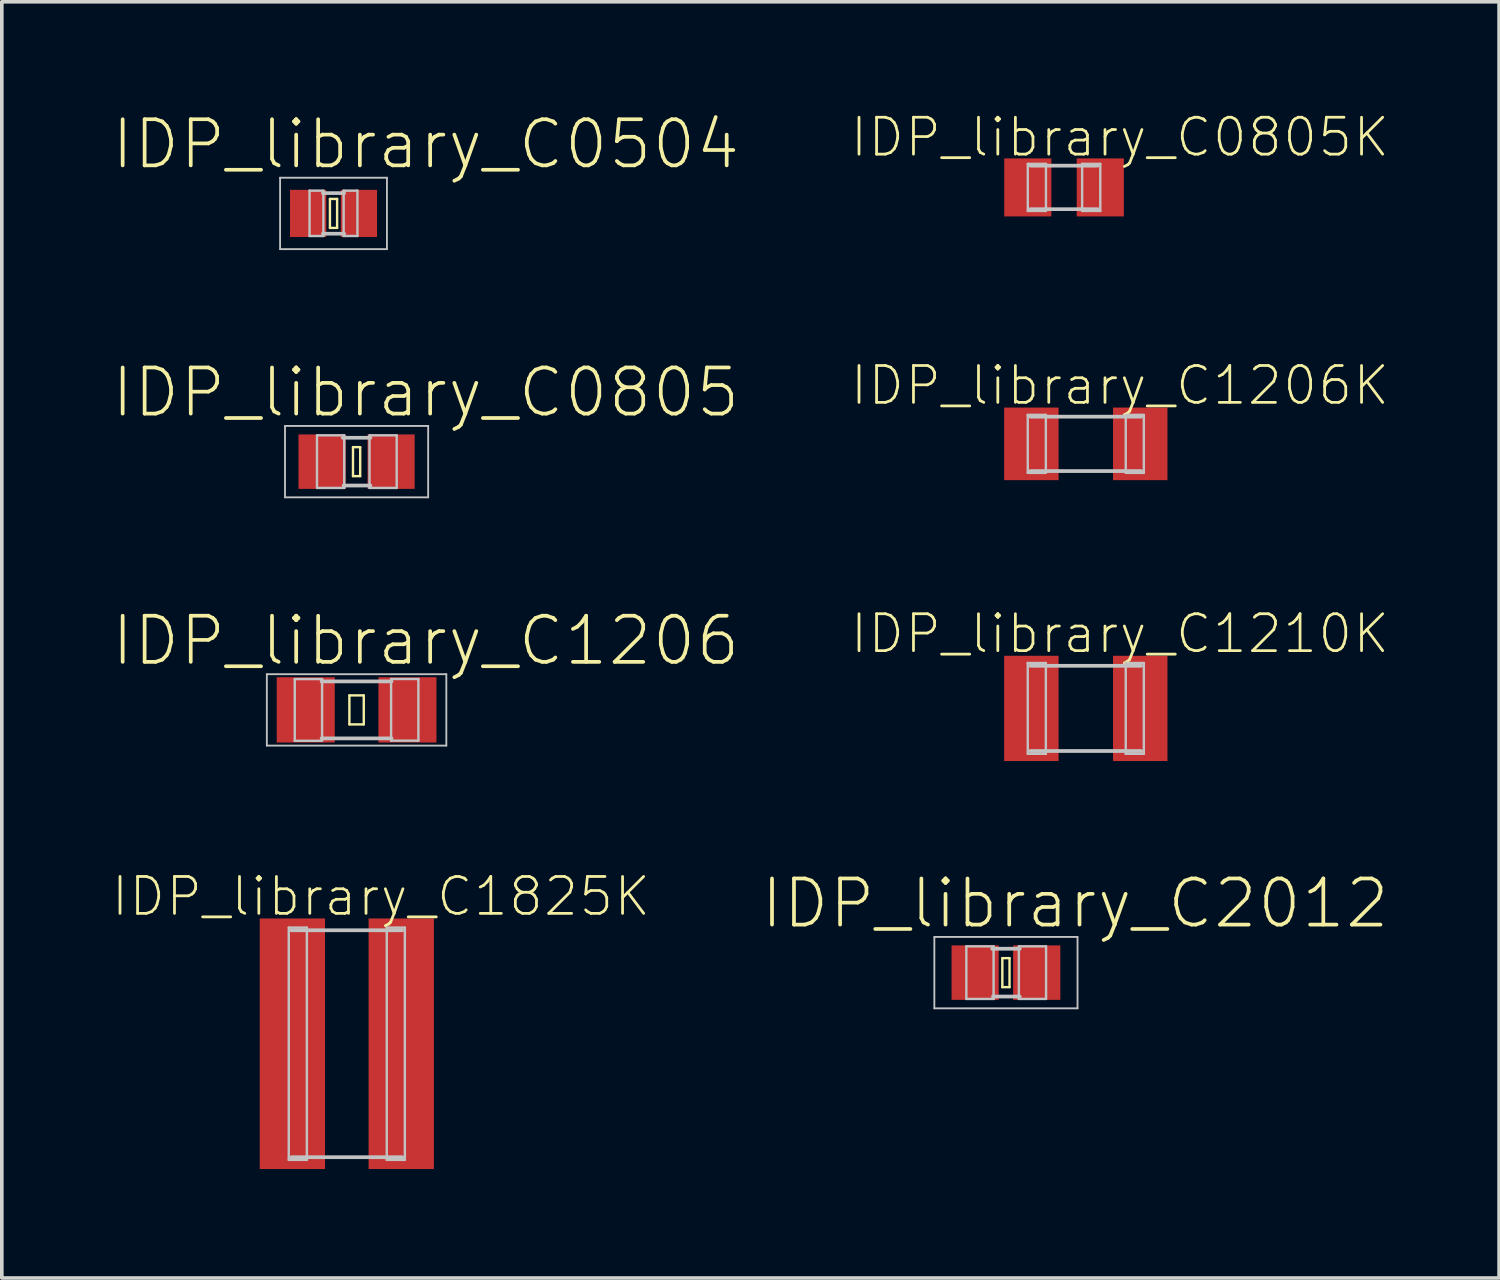
<source format=kicad_pcb>
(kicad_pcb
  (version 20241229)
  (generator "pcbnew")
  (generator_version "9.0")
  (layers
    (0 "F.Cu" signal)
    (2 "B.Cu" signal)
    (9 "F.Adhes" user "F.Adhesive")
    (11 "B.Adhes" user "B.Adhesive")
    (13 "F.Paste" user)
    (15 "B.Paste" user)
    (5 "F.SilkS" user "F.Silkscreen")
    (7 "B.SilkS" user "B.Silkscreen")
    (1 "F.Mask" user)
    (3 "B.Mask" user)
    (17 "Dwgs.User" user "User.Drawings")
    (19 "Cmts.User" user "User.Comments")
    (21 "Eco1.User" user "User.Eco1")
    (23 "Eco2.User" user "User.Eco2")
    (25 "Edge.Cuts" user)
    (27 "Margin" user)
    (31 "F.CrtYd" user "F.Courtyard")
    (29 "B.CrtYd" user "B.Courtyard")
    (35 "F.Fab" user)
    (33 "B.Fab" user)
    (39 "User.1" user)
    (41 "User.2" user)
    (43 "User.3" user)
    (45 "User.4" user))
  (footprint "IDP_library_C0805K"
    (layer "F.Cu")
    (at 26.247 2.11)
    (property "Reference" "IDP_library_C0805K" (at 1.539 -1.382 0) (layer "F.SilkS") (effects (font (size 1.016 1.016) (thickness 0.076))))
    (attr smd)
    (fp_line (start -0.998 -0.648) (end -0.498 -0.648) (stroke (width 0.066) (type solid)) (layer "Dwgs.User"))
    (fp_line (start -0.998 0.648) (end -0.998 -0.648) (stroke (width 0.066) (type solid)) (layer "Dwgs.User"))
    (fp_line (start -0.998 0.648) (end -0.498 0.648) (stroke (width 0.066) (type solid)) (layer "Dwgs.User"))
    (fp_line (start -0.925 -0.599) (end 0.925 -0.599) (stroke (width 0.102) (type solid)) (layer "Dwgs.User"))
    (fp_line (start -0.498 0.648) (end -0.498 -0.648) (stroke (width 0.066) (type solid)) (layer "Dwgs.User"))
    (fp_line (start 0.498 -0.648) (end 0.998 -0.648) (stroke (width 0.066) (type solid)) (layer "Dwgs.User"))
    (fp_line (start 0.498 0.648) (end 0.498 -0.648) (stroke (width 0.066) (type solid)) (layer "Dwgs.User"))
    (fp_line (start 0.498 0.648) (end 0.998 0.648) (stroke (width 0.066) (type solid)) (layer "Dwgs.User"))
    (fp_line (start 0.925 0.599) (end -0.925 0.599) (stroke (width 0.102) (type solid)) (layer "Dwgs.User"))
    (fp_line (start 0.998 0.648) (end 0.998 -0.648) (stroke (width 0.066) (type solid)) (layer "Dwgs.User"))
    (pad "1" smd rect (at -0.998 0) (size 1.298 1.598) (layers "F.Cu" "F.Mask" "F.Paste"))
    (pad "2" smd rect (at 0.998 0) (size 1.298 1.598) (layers "F.Cu" "F.Mask" "F.Paste")))
  (footprint "IDP_library_C1825K"
    (layer "F.Cu")
    (at 6.499 25.688)
    (property "Reference" "IDP_library_C1825K" (at 0.94 -4.056 0) (layer "F.SilkS") (effects (font (size 1.016 1.016) (thickness 0.076))))
    (attr smd)
    (fp_line (start -1.598 -3.198) (end -1.1 -3.198) (stroke (width 0.066) (type solid)) (layer "Dwgs.User"))
    (fp_line (start -1.598 3.198) (end -1.598 -3.198) (stroke (width 0.066) (type solid)) (layer "Dwgs.User"))
    (fp_line (start -1.598 3.198) (end -1.1 3.198) (stroke (width 0.066) (type solid)) (layer "Dwgs.User"))
    (fp_line (start -1.524 -3.124) (end 1.524 -3.124) (stroke (width 0.102) (type solid)) (layer "Dwgs.User"))
    (fp_line (start -1.1 3.198) (end -1.1 -3.198) (stroke (width 0.066) (type solid)) (layer "Dwgs.User"))
    (fp_line (start 1.1 -3.198) (end 1.598 -3.198) (stroke (width 0.066) (type solid)) (layer "Dwgs.User"))
    (fp_line (start 1.1 3.198) (end 1.1 -3.198) (stroke (width 0.066) (type solid)) (layer "Dwgs.User"))
    (fp_line (start 1.1 3.198) (end 1.598 3.198) (stroke (width 0.066) (type solid)) (layer "Dwgs.User"))
    (fp_line (start 1.524 3.124) (end -1.524 3.124) (stroke (width 0.102) (type solid)) (layer "Dwgs.User"))
    (fp_line (start 1.598 3.198) (end 1.598 -3.198) (stroke (width 0.066) (type solid)) (layer "Dwgs.User"))
    (pad "1" smd rect (at -1.499 0) (size 1.798 6.899) (layers "F.Cu" "F.Mask" "F.Paste"))
    (pad "2" smd rect (at 1.499 0) (size 1.798 6.899) (layers "F.Cu" "F.Mask" "F.Paste")))
  (footprint "IDP_library_C1206K"
    (layer "F.Cu")
    (at 26.846 9.171)
    (property "Reference" "IDP_library_C1206K" (at 0.94 -1.608 0) (layer "F.SilkS") (effects (font (size 1.016 1.016) (thickness 0.076))))
    (attr smd)
    (fp_line (start -1.598 -0.798) (end -1.1 -0.798) (stroke (width 0.066) (type solid)) (layer "Dwgs.User"))
    (fp_line (start -1.598 0.798) (end -1.598 -0.798) (stroke (width 0.066) (type solid)) (layer "Dwgs.User"))
    (fp_line (start -1.598 0.798) (end -1.1 0.798) (stroke (width 0.066) (type solid)) (layer "Dwgs.User"))
    (fp_line (start -1.524 -0.749) (end 1.524 -0.749) (stroke (width 0.102) (type solid)) (layer "Dwgs.User"))
    (fp_line (start -1.1 0.798) (end -1.1 -0.798) (stroke (width 0.066) (type solid)) (layer "Dwgs.User"))
    (fp_line (start 1.1 -0.798) (end 1.598 -0.798) (stroke (width 0.066) (type solid)) (layer "Dwgs.User"))
    (fp_line (start 1.1 0.798) (end 1.1 -0.798) (stroke (width 0.066) (type solid)) (layer "Dwgs.User"))
    (fp_line (start 1.1 0.798) (end 1.598 0.798) (stroke (width 0.066) (type solid)) (layer "Dwgs.User"))
    (fp_line (start 1.524 0.749) (end -1.524 0.749) (stroke (width 0.102) (type solid)) (layer "Dwgs.User"))
    (fp_line (start 1.598 0.798) (end 1.598 -0.798) (stroke (width 0.066) (type solid)) (layer "Dwgs.User"))
    (pad "1" smd rect (at -1.499 0) (size 1.499 1.999) (layers "F.Cu" "F.Mask" "F.Paste"))
    (pad "2" smd rect (at 1.499 0) (size 1.499 1.999) (layers "F.Cu" "F.Mask" "F.Paste")))
  (footprint "IDP_library_C1210K"
    (layer "F.Cu")
    (at 26.846 16.455)
    (property "Reference" "IDP_library_C1210K" (at 0.94 -2.057 0) (layer "F.SilkS") (effects (font (size 1.016 1.016) (thickness 0.076))))
    (attr smd)
    (fp_line (start -1.598 -1.25) (end -1.1 -1.25) (stroke (width 0.066) (type solid)) (layer "Dwgs.User"))
    (fp_line (start -1.598 1.25) (end -1.598 -1.25) (stroke (width 0.066) (type solid)) (layer "Dwgs.User"))
    (fp_line (start -1.598 1.25) (end -1.1 1.25) (stroke (width 0.066) (type solid)) (layer "Dwgs.User"))
    (fp_line (start -1.524 -1.173) (end 1.524 -1.173) (stroke (width 0.102) (type solid)) (layer "Dwgs.User"))
    (fp_line (start -1.1 1.25) (end -1.1 -1.25) (stroke (width 0.066) (type solid)) (layer "Dwgs.User"))
    (fp_line (start 1.1 -1.25) (end 1.598 -1.25) (stroke (width 0.066) (type solid)) (layer "Dwgs.User"))
    (fp_line (start 1.1 1.25) (end 1.1 -1.25) (stroke (width 0.066) (type solid)) (layer "Dwgs.User"))
    (fp_line (start 1.1 1.25) (end 1.598 1.25) (stroke (width 0.066) (type solid)) (layer "Dwgs.User"))
    (fp_line (start 1.524 1.173) (end -1.524 1.173) (stroke (width 0.102) (type solid)) (layer "Dwgs.User"))
    (fp_line (start 1.598 1.25) (end 1.598 -1.25) (stroke (width 0.066) (type solid)) (layer "Dwgs.User"))
    (pad "1" smd rect (at -1.499 0) (size 1.499 2.898) (layers "F.Cu" "F.Mask" "F.Paste"))
    (pad "2" smd rect (at 1.499 0) (size 1.499 2.898) (layers "F.Cu" "F.Mask" "F.Paste")))
  (footprint "IDP_library_C0504"
    (layer "F.Cu")
    (at 6.133 2.826)
    (property "Reference" "IDP_library_C0504" (at 2.54 -1.905 0) (layer "F.SilkS") (effects (font (size 1.27 1.27) (thickness 0.102))))
    (attr smd)
    (fp_line (start -0.099 -0.399) (end 0.099 -0.399) (stroke (width 0.066) (type solid)) (layer "F.SilkS"))
    (fp_line (start -0.099 0.399) (end -0.099 -0.399) (stroke (width 0.066) (type solid)) (layer "F.SilkS"))
    (fp_line (start -0.099 0.399) (end 0.099 0.399) (stroke (width 0.066) (type solid)) (layer "F.SilkS"))
    (fp_line (start 0.099 0.399) (end 0.099 -0.399) (stroke (width 0.066) (type solid)) (layer "F.SilkS"))
    (fp_line (start -1.471 -0.983) (end 1.471 -0.983) (stroke (width 0.051) (type solid)) (layer "Dwgs.User"))
    (fp_line (start -1.471 0.983) (end -1.471 -0.983) (stroke (width 0.051) (type solid)) (layer "Dwgs.User"))
    (fp_line (start -0.66 -0.627) (end -0.279 -0.627) (stroke (width 0.066) (type solid)) (layer "Dwgs.User"))
    (fp_line (start -0.66 0.622) (end -0.66 -0.627) (stroke (width 0.066) (type solid)) (layer "Dwgs.User"))
    (fp_line (start -0.66 0.622) (end -0.279 0.622) (stroke (width 0.066) (type solid)) (layer "Dwgs.User"))
    (fp_line (start -0.292 -0.559) (end 0.292 -0.559) (stroke (width 0.102) (type solid)) (layer "Dwgs.User"))
    (fp_line (start -0.292 0.559) (end 0.292 0.559) (stroke (width 0.102) (type solid)) (layer "Dwgs.User"))
    (fp_line (start -0.279 0.622) (end -0.279 -0.627) (stroke (width 0.066) (type solid)) (layer "Dwgs.User"))
    (fp_line (start 0.279 -0.627) (end 0.658 -0.627) (stroke (width 0.066) (type solid)) (layer "Dwgs.User"))
    (fp_line (start 0.279 0.622) (end 0.279 -0.627) (stroke (width 0.066) (type solid)) (layer "Dwgs.User"))
    (fp_line (start 0.279 0.622) (end 0.658 0.622) (stroke (width 0.066) (type solid)) (layer "Dwgs.User"))
    (fp_line (start 0.658 0.622) (end 0.658 -0.627) (stroke (width 0.066) (type solid)) (layer "Dwgs.User"))
    (fp_line (start 1.471 -0.983) (end 1.471 0.983) (stroke (width 0.051) (type solid)) (layer "Dwgs.User"))
    (fp_line (start 1.471 0.983) (end -1.471 0.983) (stroke (width 0.051) (type solid)) (layer "Dwgs.User"))
    (pad "1" smd rect (at -0.699 0) (size 0.998 1.298) (layers "F.Cu" "F.Mask" "F.Paste"))
    (pad "2" smd rect (at 0.699 0) (size 0.998 1.298) (layers "F.Cu" "F.Mask" "F.Paste")))
  (footprint "IDP_library_C0805"
    (layer "F.Cu")
    (at 6.768 9.661)
    (property "Reference" "IDP_library_C0805" (at 1.905 -1.905 0) (layer "F.SilkS") (effects (font (size 1.27 1.27) (thickness 0.102))))
    (attr smd)
    (fp_line (start -0.099 -0.399) (end 0.099 -0.399) (stroke (width 0.066) (type solid)) (layer "F.SilkS"))
    (fp_line (start -0.099 0.399) (end -0.099 -0.399) (stroke (width 0.066) (type solid)) (layer "F.SilkS"))
    (fp_line (start -0.099 0.399) (end 0.099 0.399) (stroke (width 0.066) (type solid)) (layer "F.SilkS"))
    (fp_line (start 0.099 0.399) (end 0.099 -0.399) (stroke (width 0.066) (type solid)) (layer "F.SilkS"))
    (fp_line (start -1.971 -0.983) (end 1.971 -0.983) (stroke (width 0.051) (type solid)) (layer "Dwgs.User"))
    (fp_line (start -1.971 0.983) (end -1.971 -0.983) (stroke (width 0.051) (type solid)) (layer "Dwgs.User"))
    (fp_line (start -1.09 -0.724) (end -0.34 -0.724) (stroke (width 0.066) (type solid)) (layer "Dwgs.User"))
    (fp_line (start -1.09 0.724) (end -1.09 -0.724) (stroke (width 0.066) (type solid)) (layer "Dwgs.User"))
    (fp_line (start -1.09 0.724) (end -0.34 0.724) (stroke (width 0.066) (type solid)) (layer "Dwgs.User"))
    (fp_line (start -0.381 -0.658) (end 0.381 -0.658) (stroke (width 0.102) (type solid)) (layer "Dwgs.User"))
    (fp_line (start -0.356 0.658) (end 0.381 0.658) (stroke (width 0.102) (type solid)) (layer "Dwgs.User"))
    (fp_line (start -0.34 0.724) (end -0.34 -0.724) (stroke (width 0.066) (type solid)) (layer "Dwgs.User"))
    (fp_line (start 0.356 -0.724) (end 1.105 -0.724) (stroke (width 0.066) (type solid)) (layer "Dwgs.User"))
    (fp_line (start 0.356 0.724) (end 0.356 -0.724) (stroke (width 0.066) (type solid)) (layer "Dwgs.User"))
    (fp_line (start 0.356 0.724) (end 1.105 0.724) (stroke (width 0.066) (type solid)) (layer "Dwgs.User"))
    (fp_line (start 1.105 0.724) (end 1.105 -0.724) (stroke (width 0.066) (type solid)) (layer "Dwgs.User"))
    (fp_line (start 1.971 -0.983) (end 1.971 0.983) (stroke (width 0.051) (type solid)) (layer "Dwgs.User"))
    (fp_line (start 1.971 0.983) (end -1.971 0.983) (stroke (width 0.051) (type solid)) (layer "Dwgs.User"))
    (pad "1" smd rect (at -0.95 0) (size 1.298 1.499) (layers "F.Cu" "F.Mask" "F.Paste"))
    (pad "2" smd rect (at 0.95 0) (size 1.298 1.499) (layers "F.Cu" "F.Mask" "F.Paste")))
  (footprint "IDP_library_C2012"
    (layer "F.Cu")
    (at 24.647 23.73)
    (property "Reference" "IDP_library_C2012" (at 1.905 -1.905 0) (layer "F.SilkS") (effects (font (size 1.27 1.27) (thickness 0.102))))
    (attr smd)
    (fp_line (start -0.099 -0.399) (end 0.099 -0.399) (stroke (width 0.066) (type solid)) (layer "F.SilkS"))
    (fp_line (start -0.099 0.399) (end -0.099 -0.399) (stroke (width 0.066) (type solid)) (layer "F.SilkS"))
    (fp_line (start -0.099 0.399) (end 0.099 0.399) (stroke (width 0.066) (type solid)) (layer "F.SilkS"))
    (fp_line (start 0.099 0.399) (end 0.099 -0.399) (stroke (width 0.066) (type solid)) (layer "F.SilkS"))
    (fp_line (start -1.971 -0.983) (end 1.971 -0.983) (stroke (width 0.051) (type solid)) (layer "Dwgs.User"))
    (fp_line (start -1.971 0.983) (end -1.971 -0.983) (stroke (width 0.051) (type solid)) (layer "Dwgs.User"))
    (fp_line (start -1.09 -0.724) (end -0.34 -0.724) (stroke (width 0.066) (type solid)) (layer "Dwgs.User"))
    (fp_line (start -1.09 0.724) (end -1.09 -0.724) (stroke (width 0.066) (type solid)) (layer "Dwgs.User"))
    (fp_line (start -1.09 0.724) (end -0.34 0.724) (stroke (width 0.066) (type solid)) (layer "Dwgs.User"))
    (fp_line (start -0.381 -0.658) (end 0.381 -0.658) (stroke (width 0.102) (type solid)) (layer "Dwgs.User"))
    (fp_line (start -0.356 0.658) (end 0.381 0.658) (stroke (width 0.102) (type solid)) (layer "Dwgs.User"))
    (fp_line (start -0.34 0.724) (end -0.34 -0.724) (stroke (width 0.066) (type solid)) (layer "Dwgs.User"))
    (fp_line (start 0.356 -0.724) (end 1.105 -0.724) (stroke (width 0.066) (type solid)) (layer "Dwgs.User"))
    (fp_line (start 0.356 0.724) (end 0.356 -0.724) (stroke (width 0.066) (type solid)) (layer "Dwgs.User"))
    (fp_line (start 0.356 0.724) (end 1.105 0.724) (stroke (width 0.066) (type solid)) (layer "Dwgs.User"))
    (fp_line (start 1.105 0.724) (end 1.105 -0.724) (stroke (width 0.066) (type solid)) (layer "Dwgs.User"))
    (fp_line (start 1.971 -0.983) (end 1.971 0.983) (stroke (width 0.051) (type solid)) (layer "Dwgs.User"))
    (fp_line (start 1.971 0.983) (end -1.971 0.983) (stroke (width 0.051) (type solid)) (layer "Dwgs.User"))
    (pad "1" smd rect (at -0.848 0) (size 1.298 1.499) (layers "F.Cu" "F.Mask" "F.Paste"))
    (pad "2" smd rect (at 0.848 0) (size 1.298 1.499) (layers "F.Cu" "F.Mask" "F.Paste")))
  (footprint "IDP_library_C1206"
    (layer "F.Cu")
    (at 6.768 16.496)
    (property "Reference" "IDP_library_C1206" (at 1.905 -1.905 0) (layer "F.SilkS") (effects (font (size 1.27 1.27) (thickness 0.102))))
    (attr smd)
    (fp_line (start -0.198 -0.399) (end 0.198 -0.399) (stroke (width 0.066) (type solid)) (layer "F.SilkS"))
    (fp_line (start -0.198 0.399) (end -0.198 -0.399) (stroke (width 0.066) (type solid)) (layer "F.SilkS"))
    (fp_line (start -0.198 0.399) (end 0.198 0.399) (stroke (width 0.066) (type solid)) (layer "F.SilkS"))
    (fp_line (start 0.198 0.399) (end 0.198 -0.399) (stroke (width 0.066) (type solid)) (layer "F.SilkS"))
    (fp_line (start -2.471 -0.983) (end 2.471 -0.983) (stroke (width 0.051) (type solid)) (layer "Dwgs.User"))
    (fp_line (start -2.471 0.983) (end -2.471 -0.983) (stroke (width 0.051) (type solid)) (layer "Dwgs.User"))
    (fp_line (start -1.702 -0.848) (end -0.95 -0.848) (stroke (width 0.066) (type solid)) (layer "Dwgs.User"))
    (fp_line (start -1.702 0.851) (end -1.702 -0.848) (stroke (width 0.066) (type solid)) (layer "Dwgs.User"))
    (fp_line (start -1.702 0.851) (end -0.95 0.851) (stroke (width 0.066) (type solid)) (layer "Dwgs.User"))
    (fp_line (start -0.963 -0.785) (end 0.963 -0.785) (stroke (width 0.102) (type solid)) (layer "Dwgs.User"))
    (fp_line (start -0.963 0.785) (end 0.963 0.785) (stroke (width 0.102) (type solid)) (layer "Dwgs.User"))
    (fp_line (start -0.95 0.851) (end -0.95 -0.848) (stroke (width 0.066) (type solid)) (layer "Dwgs.User"))
    (fp_line (start 0.95 -0.851) (end 1.702 -0.851) (stroke (width 0.066) (type solid)) (layer "Dwgs.User"))
    (fp_line (start 0.95 0.848) (end 0.95 -0.851) (stroke (width 0.066) (type solid)) (layer "Dwgs.User"))
    (fp_line (start 0.95 0.848) (end 1.702 0.848) (stroke (width 0.066) (type solid)) (layer "Dwgs.User"))
    (fp_line (start 1.702 0.848) (end 1.702 -0.851) (stroke (width 0.066) (type solid)) (layer "Dwgs.User"))
    (fp_line (start 2.471 -0.983) (end 2.471 0.983) (stroke (width 0.051) (type solid)) (layer "Dwgs.User"))
    (fp_line (start 2.471 0.983) (end -2.471 0.983) (stroke (width 0.051) (type solid)) (layer "Dwgs.User"))
    (pad "1" smd rect (at -1.4 0) (size 1.598 1.798) (layers "F.Cu" "F.Mask" "F.Paste"))
    (pad "2" smd rect (at 1.4 0) (size 1.598 1.798) (layers "F.Cu" "F.Mask" "F.Paste")))
  (gr_rect
    (start -3 -3)
    (end 38.225 32.138)
    (stroke (width 0.1) (type default))
    (fill no)
    (layer "Edge.Cuts")))
</source>
